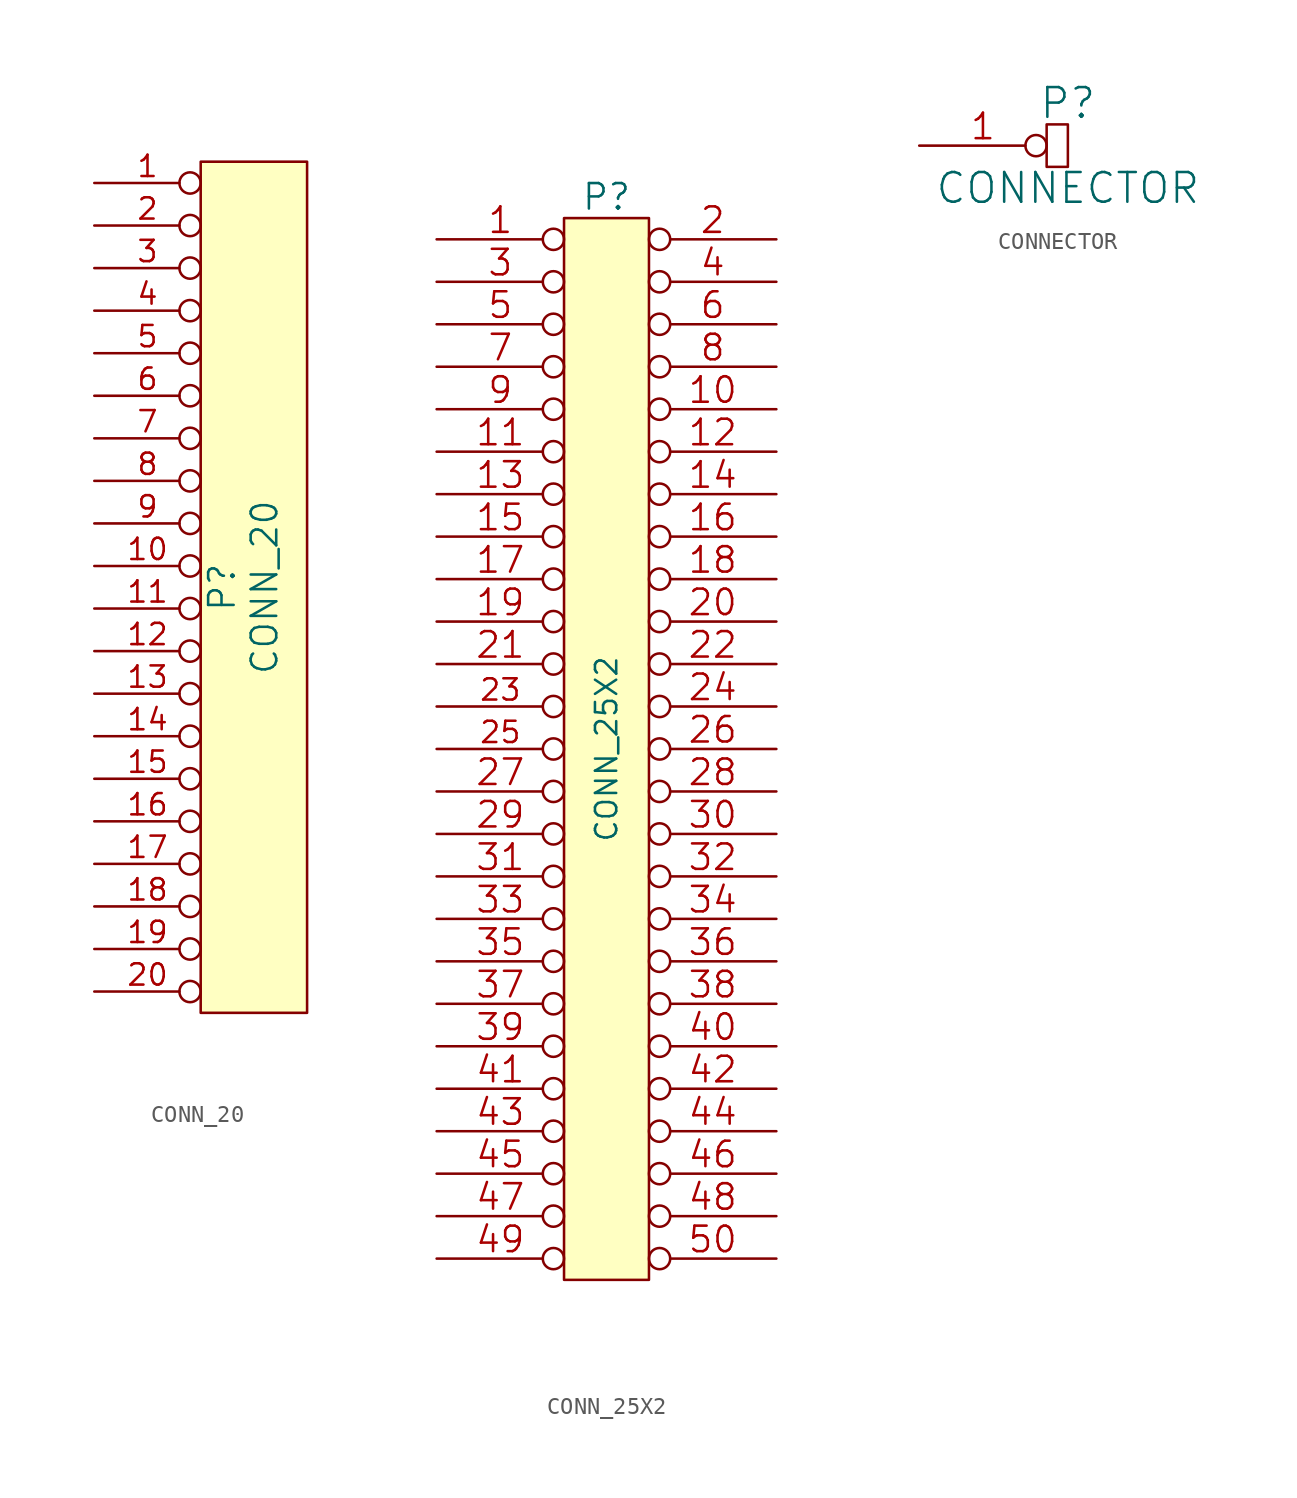
<source format=kicad_sym>
(kicad_symbol_lib
  (version 20220914)
  (generator kicad_symbol_editor)
  (symbol "CONN_20"
    (pin_names
      (offset 1.016) hide)
    (property "Reference" "P"
      (at -1.27 0 90)
      (effects (font (size 1.524 1.524))))
    (property "Value" "CONN_20"
      (at 1.27 0 90)
      (effects (font (size 1.524 1.524))))
    (property "Footprint" ""
      (at 0 0 0)
      (effects (font (size 1.524 1.524))))
    (property "Datasheet" ""
      (at 0 0 0)
      (effects (font (size 1.524 1.524))))
    (symbol "CONN_20_0_1"
      (rectangle (start -2.54 -25.4) (end 3.81 25.4) (stroke (width 0) (type default)) (fill (type background))))
    (symbol "CONN_20_1_1"
      (pin passive inverted (at -8.89 24.13 0) (length 6.35) (name "P1" (effects (font (size 1.27 1.27)))) (number "1" (effects (font (size 1.27 1.27)))))
      (pin passive inverted (at -8.89 1.27 0) (length 6.35) (name "P10" (effects (font (size 1.27 1.27)))) (number "10" (effects (font (size 1.27 1.27)))))
      (pin passive inverted (at -8.89 -1.27 0) (length 6.35) (name "P11" (effects (font (size 1.27 1.27)))) (number "11" (effects (font (size 1.27 1.27)))))
      (pin passive inverted (at -8.89 -3.81 0) (length 6.35) (name "P12" (effects (font (size 1.27 1.27)))) (number "12" (effects (font (size 1.27 1.27)))))
      (pin passive inverted (at -8.89 -6.35 0) (length 6.35) (name "P13" (effects (font (size 1.27 1.27)))) (number "13" (effects (font (size 1.27 1.27)))))
      (pin passive inverted (at -8.89 -8.89 0) (length 6.35) (name "P14" (effects (font (size 1.27 1.27)))) (number "14" (effects (font (size 1.27 1.27)))))
      (pin passive inverted (at -8.89 -11.43 0) (length 6.35) (name "P15" (effects (font (size 1.27 1.27)))) (number "15" (effects (font (size 1.27 1.27)))))
      (pin passive inverted (at -8.89 -13.97 0) (length 6.35) (name "P16" (effects (font (size 1.27 1.27)))) (number "16" (effects (font (size 1.27 1.27)))))
      (pin passive inverted (at -8.89 -16.51 0) (length 6.35) (name "P17" (effects (font (size 1.27 1.27)))) (number "17" (effects (font (size 1.27 1.27)))))
      (pin passive inverted (at -8.89 -19.05 0) (length 6.35) (name "P18" (effects (font (size 1.27 1.27)))) (number "18" (effects (font (size 1.27 1.27)))))
      (pin passive inverted (at -8.89 -21.59 0) (length 6.35) (name "P19" (effects (font (size 1.27 1.27)))) (number "19" (effects (font (size 1.27 1.27)))))
      (pin passive inverted (at -8.89 21.59 0) (length 6.35) (name "P2" (effects (font (size 1.27 1.27)))) (number "2" (effects (font (size 1.27 1.27)))))
      (pin passive inverted (at -8.89 -24.13 0) (length 6.35) (name "P20" (effects (font (size 1.27 1.27)))) (number "20" (effects (font (size 1.27 1.27)))))
      (pin passive inverted (at -8.89 19.05 0) (length 6.35) (name "P3" (effects (font (size 1.27 1.27)))) (number "3" (effects (font (size 1.27 1.27)))))
      (pin passive inverted (at -8.89 16.51 0) (length 6.35) (name "P4" (effects (font (size 1.27 1.27)))) (number "4" (effects (font (size 1.27 1.27)))))
      (pin passive inverted (at -8.89 13.97 0) (length 6.35) (name "P5" (effects (font (size 1.27 1.27)))) (number "5" (effects (font (size 1.27 1.27)))))
      (pin passive inverted (at -8.89 11.43 0) (length 6.35) (name "P6" (effects (font (size 1.27 1.27)))) (number "6" (effects (font (size 1.27 1.27)))))
      (pin passive inverted (at -8.89 8.89 0) (length 6.35) (name "P7" (effects (font (size 1.27 1.27)))) (number "7" (effects (font (size 1.27 1.27)))))
      (pin passive inverted (at -8.89 6.35 0) (length 6.35) (name "P8" (effects (font (size 1.27 1.27)))) (number "8" (effects (font (size 1.27 1.27)))))
      (pin passive inverted (at -8.89 3.81 0) (length 6.35) (name "P9" (effects (font (size 1.27 1.27)))) (number "9" (effects (font (size 1.27 1.27)))))))
  (symbol "CONN_25X2"
    (pin_names
      (offset 0.254) hide)
    (property "Reference" "P"
      (at 0 33.02 0)
      (effects (font (size 1.524 1.524))))
    (property "Value" "CONN_25X2"
      (at 0 0 90)
      (effects (font (size 1.27 1.27))))
    (property "Footprint" ""
      (at 0 0 0)
      (effects (font (size 1.524 1.524))))
    (property "Datasheet" ""
      (at 0 0 0)
      (effects (font (size 1.524 1.524))))
    (symbol "CONN_25X2_0_1"
      (rectangle (start -2.54 31.75) (end 2.54 -31.75) (stroke (width 0) (type default)) (fill (type background))))
    (symbol "CONN_25X2_1_1"
      (pin passive inverted (at -10.16 30.48 0) (length 7.62) (name "P1" (effects (font (size 0.762 0.762)))) (number "1" (effects (font (size 1.524 1.524)))))
      (pin passive inverted (at 10.16 20.32 180) (length 7.62) (name "P10" (effects (font (size 0.762 0.762)))) (number "10" (effects (font (size 1.524 1.524)))))
      (pin passive inverted (at -10.16 17.78 0) (length 7.62) (name "P11" (effects (font (size 0.762 0.762)))) (number "11" (effects (font (size 1.524 1.524)))))
      (pin passive inverted (at 10.16 17.78 180) (length 7.62) (name "P12" (effects (font (size 0.762 0.762)))) (number "12" (effects (font (size 1.524 1.524)))))
      (pin passive inverted (at -10.16 15.24 0) (length 7.62) (name "P13" (effects (font (size 0.762 0.762)))) (number "13" (effects (font (size 1.524 1.524)))))
      (pin passive inverted (at 10.16 15.24 180) (length 7.62) (name "P14" (effects (font (size 0.762 0.762)))) (number "14" (effects (font (size 1.524 1.524)))))
      (pin passive inverted (at -10.16 12.7 0) (length 7.62) (name "P15" (effects (font (size 0.762 0.762)))) (number "15" (effects (font (size 1.524 1.524)))))
      (pin passive inverted (at 10.16 12.7 180) (length 7.62) (name "P16" (effects (font (size 0.762 0.762)))) (number "16" (effects (font (size 1.524 1.524)))))
      (pin passive inverted (at -10.16 10.16 0) (length 7.62) (name "P17" (effects (font (size 0.762 0.762)))) (number "17" (effects (font (size 1.524 1.524)))))
      (pin passive inverted (at 10.16 10.16 180) (length 7.62) (name "P18" (effects (font (size 0.762 0.762)))) (number "18" (effects (font (size 1.524 1.524)))))
      (pin passive inverted (at -10.16 7.62 0) (length 7.62) (name "P19" (effects (font (size 0.762 0.762)))) (number "19" (effects (font (size 1.524 1.524)))))
      (pin passive inverted (at 10.16 30.48 180) (length 7.62) (name "P2" (effects (font (size 0.762 0.762)))) (number "2" (effects (font (size 1.524 1.524)))))
      (pin passive inverted (at 10.16 7.62 180) (length 7.62) (name "P20" (effects (font (size 0.762 0.762)))) (number "20" (effects (font (size 1.524 1.524)))))
      (pin passive inverted (at -10.16 5.08 0) (length 7.62) (name "P21" (effects (font (size 0.762 0.762)))) (number "21" (effects (font (size 1.524 1.524)))))
      (pin passive inverted (at 10.16 5.08 180) (length 7.62) (name "P22" (effects (font (size 0.762 0.762)))) (number "22" (effects (font (size 1.524 1.524)))))
      (pin input inverted (at -10.16 2.54 0) (length 7.62) (name "P23" (effects (font (size 1.27 1.27)))) (number "23" (effects (font (size 1.27 1.27)))))
      (pin passive inverted (at 10.16 2.54 180) (length 7.62) (name "P24" (effects (font (size 0.762 0.762)))) (number "24" (effects (font (size 1.524 1.524)))))
      (pin input inverted (at -10.16 0 0) (length 7.62) (name "P25" (effects (font (size 1.27 1.27)))) (number "25" (effects (font (size 1.27 1.27)))))
      (pin passive inverted (at 10.16 0 180) (length 7.62) (name "P26" (effects (font (size 0.762 0.762)))) (number "26" (effects (font (size 1.524 1.524)))))
      (pin passive inverted (at -10.16 -2.54 0) (length 7.62) (name "P27" (effects (font (size 0.762 0.762)))) (number "27" (effects (font (size 1.524 1.524)))))
      (pin passive inverted (at 10.16 -2.54 180) (length 7.62) (name "P28" (effects (font (size 0.762 0.762)))) (number "28" (effects (font (size 1.524 1.524)))))
      (pin passive inverted (at -10.16 -5.08 0) (length 7.62) (name "P29" (effects (font (size 0.762 0.762)))) (number "29" (effects (font (size 1.524 1.524)))))
      (pin passive inverted (at -10.16 27.94 0) (length 7.62) (name "P3" (effects (font (size 0.762 0.762)))) (number "3" (effects (font (size 1.524 1.524)))))
      (pin passive inverted (at 10.16 -5.08 180) (length 7.62) (name "P30" (effects (font (size 0.762 0.762)))) (number "30" (effects (font (size 1.524 1.524)))))
      (pin passive inverted (at -10.16 -7.62 0) (length 7.62) (name "P31" (effects (font (size 0.762 0.762)))) (number "31" (effects (font (size 1.524 1.524)))))
      (pin passive inverted (at 10.16 -7.62 180) (length 7.62) (name "P32" (effects (font (size 0.762 0.762)))) (number "32" (effects (font (size 1.524 1.524)))))
      (pin passive inverted (at -10.16 -10.16 0) (length 7.62) (name "P33" (effects (font (size 0.762 0.762)))) (number "33" (effects (font (size 1.524 1.524)))))
      (pin passive inverted (at 10.16 -10.16 180) (length 7.62) (name "P34" (effects (font (size 0.762 0.762)))) (number "34" (effects (font (size 1.524 1.524)))))
      (pin passive inverted (at -10.16 -12.7 0) (length 7.62) (name "P35" (effects (font (size 0.762 0.762)))) (number "35" (effects (font (size 1.524 1.524)))))
      (pin passive inverted (at 10.16 -12.7 180) (length 7.62) (name "P36" (effects (font (size 0.762 0.762)))) (number "36" (effects (font (size 1.524 1.524)))))
      (pin passive inverted (at -10.16 -15.24 0) (length 7.62) (name "P37" (effects (font (size 0.762 0.762)))) (number "37" (effects (font (size 1.524 1.524)))))
      (pin passive inverted (at 10.16 -15.24 180) (length 7.62) (name "P38" (effects (font (size 0.762 0.762)))) (number "38" (effects (font (size 1.524 1.524)))))
      (pin passive inverted (at -10.16 -17.78 0) (length 7.62) (name "P39" (effects (font (size 0.762 0.762)))) (number "39" (effects (font (size 1.524 1.524)))))
      (pin passive inverted (at 10.16 27.94 180) (length 7.62) (name "P4" (effects (font (size 0.762 0.762)))) (number "4" (effects (font (size 1.524 1.524)))))
      (pin passive inverted (at 10.16 -17.78 180) (length 7.62) (name "P40" (effects (font (size 0.762 0.762)))) (number "40" (effects (font (size 1.524 1.524)))))
      (pin passive inverted (at -10.16 -20.32 0) (length 7.62) (name "P41" (effects (font (size 0.762 0.762)))) (number "41" (effects (font (size 1.524 1.524)))))
      (pin passive inverted (at 10.16 -20.32 180) (length 7.62) (name "P42" (effects (font (size 0.762 0.762)))) (number "42" (effects (font (size 1.524 1.524)))))
      (pin passive inverted (at -10.16 -22.86 0) (length 7.62) (name "P43" (effects (font (size 0.762 0.762)))) (number "43" (effects (font (size 1.524 1.524)))))
      (pin passive inverted (at 10.16 -22.86 180) (length 7.62) (name "P44" (effects (font (size 0.762 0.762)))) (number "44" (effects (font (size 1.524 1.524)))))
      (pin passive inverted (at -10.16 -25.4 0) (length 7.62) (name "P45" (effects (font (size 0.762 0.762)))) (number "45" (effects (font (size 1.524 1.524)))))
      (pin passive inverted (at 10.16 -25.4 180) (length 7.62) (name "P46" (effects (font (size 0.762 0.762)))) (number "46" (effects (font (size 1.524 1.524)))))
      (pin passive inverted (at -10.16 -27.94 0) (length 7.62) (name "P47" (effects (font (size 0.762 0.762)))) (number "47" (effects (font (size 1.524 1.524)))))
      (pin passive inverted (at 10.16 -27.94 180) (length 7.62) (name "P48" (effects (font (size 0.762 0.762)))) (number "48" (effects (font (size 1.524 1.524)))))
      (pin passive inverted (at -10.16 -30.48 0) (length 7.62) (name "P49" (effects (font (size 0.762 0.762)))) (number "49" (effects (font (size 1.524 1.524)))))
      (pin passive inverted (at -10.16 25.4 0) (length 7.62) (name "P5" (effects (font (size 0.762 0.762)))) (number "5" (effects (font (size 1.524 1.524)))))
      (pin passive inverted (at 10.16 -30.48 180) (length 7.62) (name "P50" (effects (font (size 0.762 0.762)))) (number "50" (effects (font (size 1.524 1.524)))))
      (pin passive inverted (at 10.16 25.4 180) (length 7.62) (name "P6" (effects (font (size 0.762 0.762)))) (number "6" (effects (font (size 1.524 1.524)))))
      (pin passive inverted (at -10.16 22.86 0) (length 7.62) (name "P7" (effects (font (size 0.762 0.762)))) (number "7" (effects (font (size 1.524 1.524)))))
      (pin passive inverted (at 10.16 22.86 180) (length 7.62) (name "P8" (effects (font (size 0.762 0.762)))) (number "8" (effects (font (size 1.524 1.524)))))
      (pin passive inverted (at -10.16 20.32 0) (length 7.62) (name "P9" (effects (font (size 0.762 0.762)))) (number "9" (effects (font (size 1.524 1.524)))))))
  (symbol "CONNECTOR"
    (pin_names
      (offset 1.016) hide)
    (property "Reference" "P"
      (at 8.89 2.54 0)
      (effects (font (size 1.778 1.778))))
    (property "Value" "CONNECTOR"
      (at 8.89 -2.54 0)
      (effects (font (size 1.778 1.778))))
    (property "Footprint" ""
      (at 0 0 0)
      (effects (font (size 1.524 1.524))))
    (property "Datasheet" ""
      (at 0 0 0)
      (effects (font (size 1.524 1.524))))
    (symbol "CONNECTOR_0_1"
      (rectangle (start 7.62 1.27) (end 8.89 -1.27) (stroke (width 0) (type default)) (fill (type none))))
    (symbol "CONNECTOR_1_1"
      (pin passive inverted (at 0 0 0) (length 7.62) (name "W" (effects (font (size 1.524 1.524)))) (number "1" (effects (font (size 1.524 1.524))))))))
</source>
